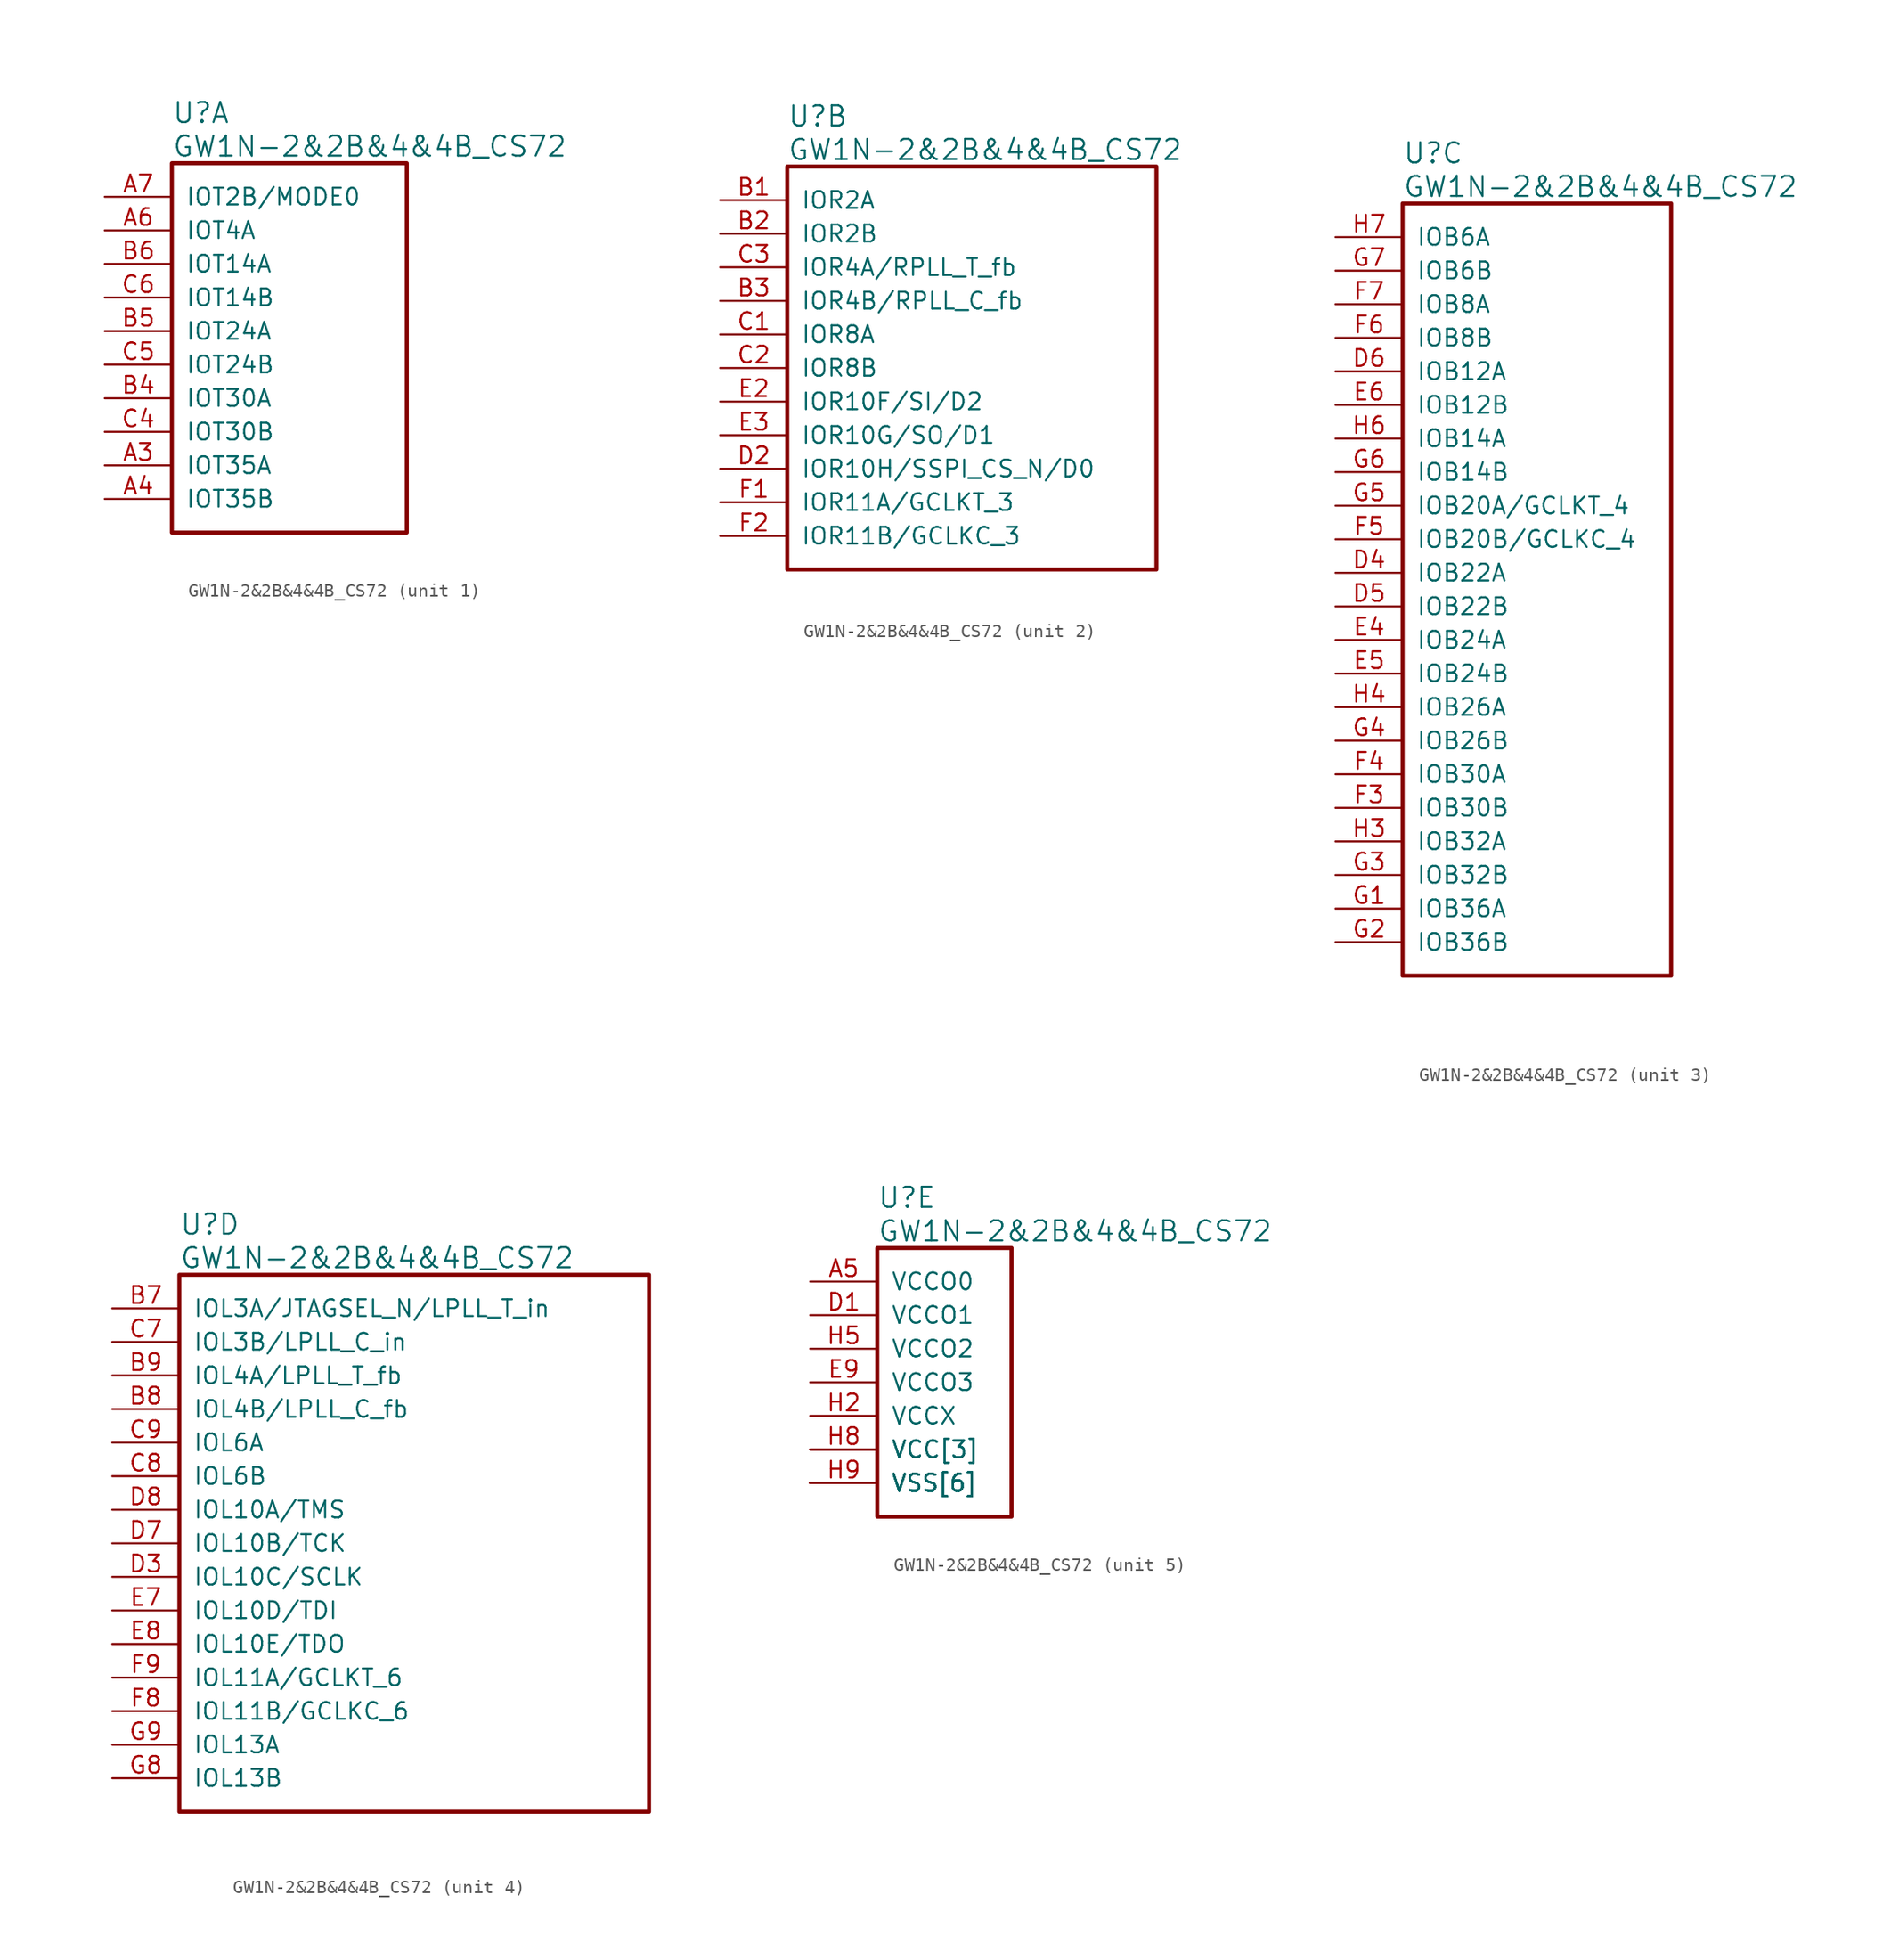
<source format=kicad_sym>
(kicad_symbol_lib
  (version 20220914)
  (generator kicad_symbol_editor)
  (symbol "GW1N-2&2B&4&4B_CS72"
    (pin_names
      (offset 1.016))
    (property "Reference" "U"
      (at 5.08 6.35 0)
      (effects (font (size 1.524 1.524)) (justify left)))
    (property "Value" "GW1N-2&2B&4&4B_CS72"
      (at 5.08 3.81 0)
      (effects (font (size 1.524 1.524)) (justify left)))
    (property "ki_locked" ""
      (at 0 0 0)
      (effects (font (size 1.27 1.27))))
    (symbol "GW1N-2&2B&4&4B_CS72_1_1"
      (rectangle (start 5.08 2.54) (end 22.86 -25.4) (stroke (width 0.305) (type solid)) (fill (type none)))
      (pin bidirectional line (at 0 -20.32 0) (length 5.08) (name "IOT35A" (effects (font (size 1.27 1.27)))) (number "A3" (effects (font (size 1.27 1.27)))))
      (pin bidirectional line (at 0 -22.86 0) (length 5.08) (name "IOT35B" (effects (font (size 1.27 1.27)))) (number "A4" (effects (font (size 1.27 1.27)))))
      (pin bidirectional line (at 0 -2.54 0) (length 5.08) (name "IOT4A" (effects (font (size 1.27 1.27)))) (number "A6" (effects (font (size 1.27 1.27)))))
      (pin bidirectional line (at 0 0 0) (length 5.08) (name "IOT2B/MODE0" (effects (font (size 1.27 1.27)))) (number "A7" (effects (font (size 1.27 1.27)))))
      (pin bidirectional line (at 0 -15.24 0) (length 5.08) (name "IOT30A" (effects (font (size 1.27 1.27)))) (number "B4" (effects (font (size 1.27 1.27)))))
      (pin bidirectional line (at 0 -10.16 0) (length 5.08) (name "IOT24A" (effects (font (size 1.27 1.27)))) (number "B5" (effects (font (size 1.27 1.27)))))
      (pin bidirectional line (at 0 -5.08 0) (length 5.08) (name "IOT14A" (effects (font (size 1.27 1.27)))) (number "B6" (effects (font (size 1.27 1.27)))))
      (pin bidirectional line (at 0 -17.78 0) (length 5.08) (name "IOT30B" (effects (font (size 1.27 1.27)))) (number "C4" (effects (font (size 1.27 1.27)))))
      (pin bidirectional line (at 0 -12.7 0) (length 5.08) (name "IOT24B" (effects (font (size 1.27 1.27)))) (number "C5" (effects (font (size 1.27 1.27)))))
      (pin bidirectional line (at 0 -7.62 0) (length 5.08) (name "IOT14B" (effects (font (size 1.27 1.27)))) (number "C6" (effects (font (size 1.27 1.27))))))
    (symbol "GW1N-2&2B&4&4B_CS72_2_1"
      (rectangle (start 5.08 2.54) (end 33.02 -27.94) (stroke (width 0.305) (type solid)) (fill (type none)))
      (pin bidirectional line (at 0 0 0) (length 5.08) (name "IOR2A" (effects (font (size 1.27 1.27)))) (number "B1" (effects (font (size 1.27 1.27)))))
      (pin bidirectional line (at 0 -2.54 0) (length 5.08) (name "IOR2B" (effects (font (size 1.27 1.27)))) (number "B2" (effects (font (size 1.27 1.27)))))
      (pin bidirectional line (at 0 -7.62 0) (length 5.08) (name "IOR4B/RPLL_C_fb" (effects (font (size 1.27 1.27)))) (number "B3" (effects (font (size 1.27 1.27)))))
      (pin bidirectional line (at 0 -10.16 0) (length 5.08) (name "IOR8A" (effects (font (size 1.27 1.27)))) (number "C1" (effects (font (size 1.27 1.27)))))
      (pin bidirectional line (at 0 -12.7 0) (length 5.08) (name "IOR8B" (effects (font (size 1.27 1.27)))) (number "C2" (effects (font (size 1.27 1.27)))))
      (pin bidirectional line (at 0 -5.08 0) (length 5.08) (name "IOR4A/RPLL_T_fb" (effects (font (size 1.27 1.27)))) (number "C3" (effects (font (size 1.27 1.27)))))
      (pin bidirectional line (at 0 -20.32 0) (length 5.08) (name "IOR10H/SSPI_CS_N/D0" (effects (font (size 1.27 1.27)))) (number "D2" (effects (font (size 1.27 1.27)))))
      (pin bidirectional line (at 0 -15.24 0) (length 5.08) (name "IOR10F/SI/D2" (effects (font (size 1.27 1.27)))) (number "E2" (effects (font (size 1.27 1.27)))))
      (pin bidirectional line (at 0 -17.78 0) (length 5.08) (name "IOR10G/SO/D1" (effects (font (size 1.27 1.27)))) (number "E3" (effects (font (size 1.27 1.27)))))
      (pin bidirectional line (at 0 -22.86 0) (length 5.08) (name "IOR11A/GCLKT_3" (effects (font (size 1.27 1.27)))) (number "F1" (effects (font (size 1.27 1.27)))))
      (pin bidirectional line (at 0 -25.4 0) (length 5.08) (name "IOR11B/GCLKC_3" (effects (font (size 1.27 1.27)))) (number "F2" (effects (font (size 1.27 1.27))))))
    (symbol "GW1N-2&2B&4&4B_CS72_3_1"
      (rectangle (start 5.08 2.54) (end 25.4 -55.88) (stroke (width 0.305) (type solid)) (fill (type none)))
      (pin bidirectional line (at 0 -25.4 0) (length 5.08) (name "IOB22A" (effects (font (size 1.27 1.27)))) (number "D4" (effects (font (size 1.27 1.27)))))
      (pin bidirectional line (at 0 -27.94 0) (length 5.08) (name "IOB22B" (effects (font (size 1.27 1.27)))) (number "D5" (effects (font (size 1.27 1.27)))))
      (pin bidirectional line (at 0 -10.16 0) (length 5.08) (name "IOB12A" (effects (font (size 1.27 1.27)))) (number "D6" (effects (font (size 1.27 1.27)))))
      (pin bidirectional line (at 0 -30.48 0) (length 5.08) (name "IOB24A" (effects (font (size 1.27 1.27)))) (number "E4" (effects (font (size 1.27 1.27)))))
      (pin bidirectional line (at 0 -33.02 0) (length 5.08) (name "IOB24B" (effects (font (size 1.27 1.27)))) (number "E5" (effects (font (size 1.27 1.27)))))
      (pin bidirectional line (at 0 -12.7 0) (length 5.08) (name "IOB12B" (effects (font (size 1.27 1.27)))) (number "E6" (effects (font (size 1.27 1.27)))))
      (pin bidirectional line (at 0 -43.18 0) (length 5.08) (name "IOB30B" (effects (font (size 1.27 1.27)))) (number "F3" (effects (font (size 1.27 1.27)))))
      (pin bidirectional line (at 0 -40.64 0) (length 5.08) (name "IOB30A" (effects (font (size 1.27 1.27)))) (number "F4" (effects (font (size 1.27 1.27)))))
      (pin bidirectional line (at 0 -22.86 0) (length 5.08) (name "IOB20B/GCLKC_4" (effects (font (size 1.27 1.27)))) (number "F5" (effects (font (size 1.27 1.27)))))
      (pin bidirectional line (at 0 -7.62 0) (length 5.08) (name "IOB8B" (effects (font (size 1.27 1.27)))) (number "F6" (effects (font (size 1.27 1.27)))))
      (pin bidirectional line (at 0 -5.08 0) (length 5.08) (name "IOB8A" (effects (font (size 1.27 1.27)))) (number "F7" (effects (font (size 1.27 1.27)))))
      (pin bidirectional line (at 0 -50.8 0) (length 5.08) (name "IOB36A" (effects (font (size 1.27 1.27)))) (number "G1" (effects (font (size 1.27 1.27)))))
      (pin bidirectional line (at 0 -53.34 0) (length 5.08) (name "IOB36B" (effects (font (size 1.27 1.27)))) (number "G2" (effects (font (size 1.27 1.27)))))
      (pin bidirectional line (at 0 -48.26 0) (length 5.08) (name "IOB32B" (effects (font (size 1.27 1.27)))) (number "G3" (effects (font (size 1.27 1.27)))))
      (pin bidirectional line (at 0 -38.1 0) (length 5.08) (name "IOB26B" (effects (font (size 1.27 1.27)))) (number "G4" (effects (font (size 1.27 1.27)))))
      (pin bidirectional line (at 0 -20.32 0) (length 5.08) (name "IOB20A/GCLKT_4" (effects (font (size 1.27 1.27)))) (number "G5" (effects (font (size 1.27 1.27)))))
      (pin bidirectional line (at 0 -17.78 0) (length 5.08) (name "IOB14B" (effects (font (size 1.27 1.27)))) (number "G6" (effects (font (size 1.27 1.27)))))
      (pin bidirectional line (at 0 -2.54 0) (length 5.08) (name "IOB6B" (effects (font (size 1.27 1.27)))) (number "G7" (effects (font (size 1.27 1.27)))))
      (pin bidirectional line (at 0 -45.72 0) (length 5.08) (name "IOB32A" (effects (font (size 1.27 1.27)))) (number "H3" (effects (font (size 1.27 1.27)))))
      (pin bidirectional line (at 0 -35.56 0) (length 5.08) (name "IOB26A" (effects (font (size 1.27 1.27)))) (number "H4" (effects (font (size 1.27 1.27)))))
      (pin bidirectional line (at 0 -15.24 0) (length 5.08) (name "IOB14A" (effects (font (size 1.27 1.27)))) (number "H6" (effects (font (size 1.27 1.27)))))
      (pin bidirectional line (at 0 0 0) (length 5.08) (name "IOB6A" (effects (font (size 1.27 1.27)))) (number "H7" (effects (font (size 1.27 1.27))))))
    (symbol "GW1N-2&2B&4&4B_CS72_4_1"
      (rectangle (start 5.08 2.54) (end 40.64 -38.1) (stroke (width 0.305) (type solid)) (fill (type none)))
      (pin bidirectional line (at 0 0 0) (length 5.08) (name "IOL3A/JTAGSEL_N/LPLL_T_in" (effects (font (size 1.27 1.27)))) (number "B7" (effects (font (size 1.27 1.27)))))
      (pin bidirectional line (at 0 -7.62 0) (length 5.08) (name "IOL4B/LPLL_C_fb" (effects (font (size 1.27 1.27)))) (number "B8" (effects (font (size 1.27 1.27)))))
      (pin bidirectional line (at 0 -5.08 0) (length 5.08) (name "IOL4A/LPLL_T_fb" (effects (font (size 1.27 1.27)))) (number "B9" (effects (font (size 1.27 1.27)))))
      (pin bidirectional line (at 0 -2.54 0) (length 5.08) (name "IOL3B/LPLL_C_in" (effects (font (size 1.27 1.27)))) (number "C7" (effects (font (size 1.27 1.27)))))
      (pin bidirectional line (at 0 -12.7 0) (length 5.08) (name "IOL6B" (effects (font (size 1.27 1.27)))) (number "C8" (effects (font (size 1.27 1.27)))))
      (pin bidirectional line (at 0 -10.16 0) (length 5.08) (name "IOL6A" (effects (font (size 1.27 1.27)))) (number "C9" (effects (font (size 1.27 1.27)))))
      (pin bidirectional line (at 0 -20.32 0) (length 5.08) (name "IOL10C/SCLK" (effects (font (size 1.27 1.27)))) (number "D3" (effects (font (size 1.27 1.27)))))
      (pin bidirectional line (at 0 -17.78 0) (length 5.08) (name "IOL10B/TCK" (effects (font (size 1.27 1.27)))) (number "D7" (effects (font (size 1.27 1.27)))))
      (pin bidirectional line (at 0 -15.24 0) (length 5.08) (name "IOL10A/TMS" (effects (font (size 1.27 1.27)))) (number "D8" (effects (font (size 1.27 1.27)))))
      (pin bidirectional line (at 0 -22.86 0) (length 5.08) (name "IOL10D/TDI" (effects (font (size 1.27 1.27)))) (number "E7" (effects (font (size 1.27 1.27)))))
      (pin bidirectional line (at 0 -25.4 0) (length 5.08) (name "IOL10E/TDO" (effects (font (size 1.27 1.27)))) (number "E8" (effects (font (size 1.27 1.27)))))
      (pin bidirectional line (at 0 -30.48 0) (length 5.08) (name "IOL11B/GCLKC_6" (effects (font (size 1.27 1.27)))) (number "F8" (effects (font (size 1.27 1.27)))))
      (pin bidirectional line (at 0 -27.94 0) (length 5.08) (name "IOL11A/GCLKT_6" (effects (font (size 1.27 1.27)))) (number "F9" (effects (font (size 1.27 1.27)))))
      (pin bidirectional line (at 0 -35.56 0) (length 5.08) (name "IOL13B" (effects (font (size 1.27 1.27)))) (number "G8" (effects (font (size 1.27 1.27)))))
      (pin bidirectional line (at 0 -33.02 0) (length 5.08) (name "IOL13A" (effects (font (size 1.27 1.27)))) (number "G9" (effects (font (size 1.27 1.27))))))
    (symbol "GW1N-2&2B&4&4B_CS72_5_1"
      (rectangle (start 5.08 2.54) (end 15.24 -17.78) (stroke (width 0.305) (type solid)) (fill (type none)))
      (pin power_in line (at 0 -15.24 0) (length 5.08) (name "VSS[6]" (effects (font (size 1.27 1.27)))) (number "A1" (effects (font (size 0 0)))))
      (pin power_in line (at 0 -12.7 0) (length 5.08) (name "VCC[3]" (effects (font (size 1.27 1.27)))) (number "A2" (effects (font (size 0 0)))))
      (pin power_in line (at 0 0 0) (length 5.08) (name "VCCO0" (effects (font (size 1.27 1.27)))) (number "A5" (effects (font (size 1.27 1.27)))))
      (pin power_in line (at 0 -12.7 0) (length 5.08) (name "VCC[3]" (effects (font (size 1.27 1.27)))) (number "A8" (effects (font (size 0 0)))))
      (pin power_in line (at 0 -15.24 0) (length 5.08) (name "VSS[6]" (effects (font (size 1.27 1.27)))) (number "A9" (effects (font (size 0 0)))))
      (pin power_in line (at 0 -2.54 0) (length 5.08) (name "VCCO1" (effects (font (size 1.27 1.27)))) (number "D1" (effects (font (size 1.27 1.27)))))
      (pin power_in line (at 0 -15.24 0) (length 5.08) (name "VSS[6]" (effects (font (size 1.27 1.27)))) (number "D9" (effects (font (size 0 0)))))
      (pin power_in line (at 0 -15.24 0) (length 5.08) (name "VSS[6]" (effects (font (size 1.27 1.27)))) (number "E1" (effects (font (size 0 0)))))
      (pin power_in line (at 0 -7.62 0) (length 5.08) (name "VCCO3" (effects (font (size 1.27 1.27)))) (number "E9" (effects (font (size 1.27 1.27)))))
      (pin power_in line (at 0 -15.24 0) (length 5.08) (name "VSS[6]" (effects (font (size 1.27 1.27)))) (number "H1" (effects (font (size 0 0)))))
      (pin power_in line (at 0 -10.16 0) (length 5.08) (name "VCCX" (effects (font (size 1.27 1.27)))) (number "H2" (effects (font (size 1.27 1.27)))))
      (pin power_in line (at 0 -5.08 0) (length 5.08) (name "VCCO2" (effects (font (size 1.27 1.27)))) (number "H5" (effects (font (size 1.27 1.27)))))
      (pin power_in line (at 0 -12.7 0) (length 5.08) (name "VCC[3]" (effects (font (size 1.27 1.27)))) (number "H8" (effects (font (size 1.27 1.27)))))
      (pin power_in line (at 0 -15.24 0) (length 5.08) (name "VSS[6]" (effects (font (size 1.27 1.27)))) (number "H9" (effects (font (size 1.27 1.27))))))))
</source>
